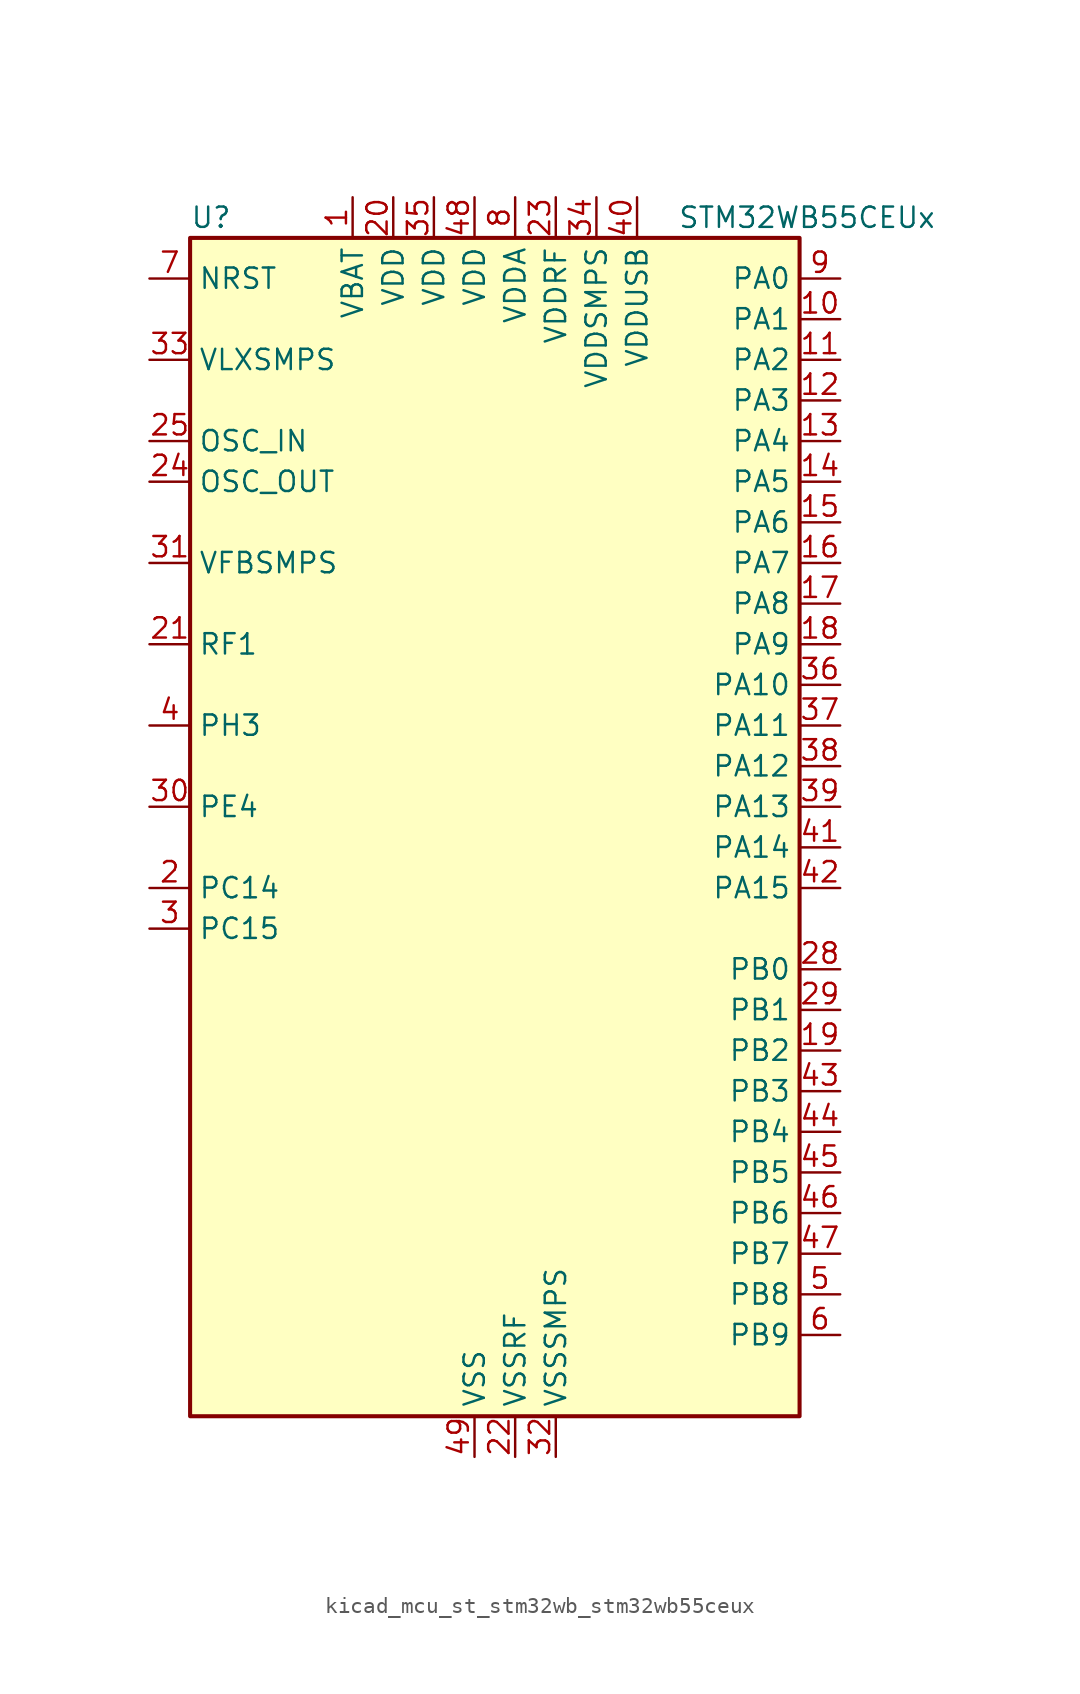
<source format=kicad_sym>
(kicad_symbol_lib
  (version 20220914)
  (generator kicad_symbol_editor)
  (symbol "kicad_mcu_st_stm32wb_stm32wb55ceux"
    (property "Reference" "U"
      (at -17.78 39.37 0)
      (effects (font (size 1.27 1.27)) (justify left)))
    (property "Value" "STM32WB55CEUx"
      (at 12.7 39.37 0)
      (effects (font (size 1.27 1.27)) (justify left)))
    (property "ki_locked" ""
      (at 0 0 0)
      (effects (font (size 1.27 1.27))))
    (symbol "kicad_mcu_st_stm32wb_stm32wb55ceux_0_1"
      (rectangle (start -17.78 -35.56) (end 20.32 38.1) (stroke (width 0.254) (type default)) (fill (type background))))
    (symbol "kicad_mcu_st_stm32wb_stm32wb55ceux_1_1"
      (pin power_in line (at -7.62 40.64 270) (length 2.54) (name "VBAT" (effects (font (size 1.27 1.27)))) (number "1" (effects (font (size 1.27 1.27)))))
      (pin bidirectional line (at 22.86 33.02 180) (length 2.54) (name "PA1" (effects (font (size 1.27 1.27)))) (number "10" (effects (font (size 1.27 1.27)))) (alternate "ADC1_IN6" bidirectional line) (alternate "COMP1_INP" bidirectional line) (alternate "I2C1_SMBA" bidirectional line) (alternate "LCD_SEG0" bidirectional line) (alternate "SPI1_SCK" bidirectional line) (alternate "TIM2_CH2" bidirectional line))
      (pin bidirectional line (at 22.86 30.48 180) (length 2.54) (name "PA2" (effects (font (size 1.27 1.27)))) (number "11" (effects (font (size 1.27 1.27)))) (alternate "ADC1_IN7" bidirectional line) (alternate "COMP2_INM" bidirectional line) (alternate "COMP2_OUT" bidirectional line) (alternate "LCD_SEG1" bidirectional line) (alternate "LPUART1_TX" bidirectional line) (alternate "QUADSPI_BK1_NCS" bidirectional line) (alternate "RCC_LSCO" bidirectional line) (alternate "SYS_WKUP4" bidirectional line) (alternate "TIM2_CH3" bidirectional line))
      (pin bidirectional line (at 22.86 27.94 180) (length 2.54) (name "PA3" (effects (font (size 1.27 1.27)))) (number "12" (effects (font (size 1.27 1.27)))) (alternate "ADC1_IN8" bidirectional line) (alternate "COMP2_INP" bidirectional line) (alternate "LCD_SEG2" bidirectional line) (alternate "LPUART1_RX" bidirectional line) (alternate "QUADSPI_CLK" bidirectional line) (alternate "SAI1_CK1" bidirectional line) (alternate "SAI1_MCLK_A" bidirectional line) (alternate "TIM2_CH4" bidirectional line))
      (pin bidirectional line (at 22.86 25.4 180) (length 2.54) (name "PA4" (effects (font (size 1.27 1.27)))) (number "13" (effects (font (size 1.27 1.27)))) (alternate "ADC1_IN9" bidirectional line) (alternate "COMP1_INM" bidirectional line) (alternate "COMP2_INM" bidirectional line) (alternate "LCD_SEG5" bidirectional line) (alternate "LPTIM2_OUT" bidirectional line) (alternate "SAI1_FS_B" bidirectional line) (alternate "SPI1_NSS" bidirectional line))
      (pin bidirectional line (at 22.86 22.86 180) (length 2.54) (name "PA5" (effects (font (size 1.27 1.27)))) (number "14" (effects (font (size 1.27 1.27)))) (alternate "ADC1_IN10" bidirectional line) (alternate "COMP1_INM" bidirectional line) (alternate "COMP2_INM" bidirectional line) (alternate "LPTIM2_ETR" bidirectional line) (alternate "SAI1_SD_B" bidirectional line) (alternate "SPI1_SCK" bidirectional line) (alternate "TIM2_CH1" bidirectional line) (alternate "TIM2_ETR" bidirectional line))
      (pin bidirectional line (at 22.86 20.32 180) (length 2.54) (name "PA6" (effects (font (size 1.27 1.27)))) (number "15" (effects (font (size 1.27 1.27)))) (alternate "ADC1_IN11" bidirectional line) (alternate "LCD_SEG3" bidirectional line) (alternate "LPUART1_CTS" bidirectional line) (alternate "QUADSPI_BK1_IO3" bidirectional line) (alternate "SPI1_MISO" bidirectional line) (alternate "TIM16_CH1" bidirectional line) (alternate "TIM1_BKIN" bidirectional line))
      (pin bidirectional line (at 22.86 17.78 180) (length 2.54) (name "PA7" (effects (font (size 1.27 1.27)))) (number "16" (effects (font (size 1.27 1.27)))) (alternate "ADC1_IN12" bidirectional line) (alternate "COMP2_OUT" bidirectional line) (alternate "I2C3_SCL" bidirectional line) (alternate "LCD_SEG4" bidirectional line) (alternate "QUADSPI_BK1_IO2" bidirectional line) (alternate "SPI1_MOSI" bidirectional line) (alternate "TIM17_CH1" bidirectional line) (alternate "TIM1_CH1N" bidirectional line))
      (pin bidirectional line (at 22.86 15.24 180) (length 2.54) (name "PA8" (effects (font (size 1.27 1.27)))) (number "17" (effects (font (size 1.27 1.27)))) (alternate "ADC1_IN15" bidirectional line) (alternate "LCD_COM0" bidirectional line) (alternate "LPTIM2_OUT" bidirectional line) (alternate "RCC_MCO" bidirectional line) (alternate "SAI1_CK2" bidirectional line) (alternate "SAI1_SCK_A" bidirectional line) (alternate "TIM1_CH1" bidirectional line) (alternate "USART1_CK" bidirectional line))
      (pin bidirectional line (at 22.86 12.7 180) (length 2.54) (name "PA9" (effects (font (size 1.27 1.27)))) (number "18" (effects (font (size 1.27 1.27)))) (alternate "ADC1_IN16" bidirectional line) (alternate "COMP1_INM" bidirectional line) (alternate "I2C1_SCL" bidirectional line) (alternate "LCD_COM1" bidirectional line) (alternate "SAI1_D2" bidirectional line) (alternate "SAI1_FS_A" bidirectional line) (alternate "TIM1_CH2" bidirectional line) (alternate "USART1_TX" bidirectional line))
      (pin bidirectional line (at 22.86 -12.7 180) (length 2.54) (name "PB2" (effects (font (size 1.27 1.27)))) (number "19" (effects (font (size 1.27 1.27)))) (alternate "COMP1_INP" bidirectional line) (alternate "I2C3_SMBA" bidirectional line) (alternate "LCD_VLCD" bidirectional line) (alternate "LPTIM1_OUT" bidirectional line) (alternate "RTC_OUT2" bidirectional line) (alternate "SAI1_EXTCLK" bidirectional line) (alternate "SPI1_NSS" bidirectional line))
      (pin bidirectional line (at -20.32 -2.54 0) (length 2.54) (name "PC14" (effects (font (size 1.27 1.27)))) (number "2" (effects (font (size 1.27 1.27)))) (alternate "RCC_OSC32_IN" bidirectional line))
      (pin power_in line (at -5.08 40.64 270) (length 2.54) (name "VDD" (effects (font (size 1.27 1.27)))) (number "20" (effects (font (size 1.27 1.27)))))
      (pin bidirectional line (at -20.32 12.7 0) (length 2.54) (name "RF1" (effects (font (size 1.27 1.27)))) (number "21" (effects (font (size 1.27 1.27)))) (alternate "RF_RF1" bidirectional line))
      (pin power_in line (at 2.54 -38.1 90) (length 2.54) (name "VSSRF" (effects (font (size 1.27 1.27)))) (number "22" (effects (font (size 1.27 1.27)))))
      (pin power_in line (at 5.08 40.64 270) (length 2.54) (name "VDDRF" (effects (font (size 1.27 1.27)))) (number "23" (effects (font (size 1.27 1.27)))))
      (pin input line (at -20.32 22.86 0) (length 2.54) (name "OSC_OUT" (effects (font (size 1.27 1.27)))) (number "24" (effects (font (size 1.27 1.27)))) (alternate "RCC_OSC_OUT" bidirectional line))
      (pin input line (at -20.32 25.4 0) (length 2.54) (name "OSC_IN" (effects (font (size 1.27 1.27)))) (number "25" (effects (font (size 1.27 1.27)))) (alternate "RCC_OSC_IN" bidirectional line))
      (pin no_connect line (at -17.78 -35.56 0) (length 2.54) hide (name "AT0" (effects (font (size 1.27 1.27)))) (number "26" (effects (font (size 1.27 1.27)))))
      (pin no_connect line (at -17.78 -33.02 0) (length 2.54) hide (name "AT1" (effects (font (size 1.27 1.27)))) (number "27" (effects (font (size 1.27 1.27)))))
      (pin bidirectional line (at 22.86 -7.62 180) (length 2.54) (name "PB0" (effects (font (size 1.27 1.27)))) (number "28" (effects (font (size 1.27 1.27)))) (alternate "COMP1_OUT" bidirectional line) (alternate "RF_TX_MOD_EXT_PA" bidirectional line))
      (pin bidirectional line (at 22.86 -10.16 180) (length 2.54) (name "PB1" (effects (font (size 1.27 1.27)))) (number "29" (effects (font (size 1.27 1.27)))) (alternate "LPTIM2_IN1" bidirectional line) (alternate "LPUART1_DE" bidirectional line) (alternate "LPUART1_RTS" bidirectional line))
      (pin bidirectional line (at -20.32 -5.08 0) (length 2.54) (name "PC15" (effects (font (size 1.27 1.27)))) (number "3" (effects (font (size 1.27 1.27)))) (alternate "ADC1_EXTI15" bidirectional line) (alternate "RCC_OSC32_OUT" bidirectional line))
      (pin bidirectional line (at -20.32 2.54 0) (length 2.54) (name "PE4" (effects (font (size 1.27 1.27)))) (number "30" (effects (font (size 1.27 1.27)))))
      (pin input line (at -20.32 17.78 0) (length 2.54) (name "VFBSMPS" (effects (font (size 1.27 1.27)))) (number "31" (effects (font (size 1.27 1.27)))))
      (pin power_in line (at 5.08 -38.1 90) (length 2.54) (name "VSSSMPS" (effects (font (size 1.27 1.27)))) (number "32" (effects (font (size 1.27 1.27)))))
      (pin power_in line (at -20.32 30.48 0) (length 2.54) (name "VLXSMPS" (effects (font (size 1.27 1.27)))) (number "33" (effects (font (size 1.27 1.27)))))
      (pin power_in line (at 7.62 40.64 270) (length 2.54) (name "VDDSMPS" (effects (font (size 1.27 1.27)))) (number "34" (effects (font (size 1.27 1.27)))))
      (pin power_in line (at -2.54 40.64 270) (length 2.54) (name "VDD" (effects (font (size 1.27 1.27)))) (number "35" (effects (font (size 1.27 1.27)))))
      (pin bidirectional line (at 22.86 10.16 180) (length 2.54) (name "PA10" (effects (font (size 1.27 1.27)))) (number "36" (effects (font (size 1.27 1.27)))) (alternate "CRS_SYNC" bidirectional line) (alternate "I2C1_SDA" bidirectional line) (alternate "LCD_COM2" bidirectional line) (alternate "SAI1_D1" bidirectional line) (alternate "SAI1_SD_A" bidirectional line) (alternate "TIM17_BKIN" bidirectional line) (alternate "TIM1_CH3" bidirectional line) (alternate "USART1_RX" bidirectional line))
      (pin bidirectional line (at 22.86 7.62 180) (length 2.54) (name "PA11" (effects (font (size 1.27 1.27)))) (number "37" (effects (font (size 1.27 1.27)))) (alternate "ADC1_EXTI11" bidirectional line) (alternate "SPI1_MISO" bidirectional line) (alternate "TIM1_BKIN2" bidirectional line) (alternate "TIM1_CH4" bidirectional line) (alternate "USART1_CTS" bidirectional line) (alternate "USART1_NSS" bidirectional line) (alternate "USB_DM" bidirectional line))
      (pin bidirectional line (at 22.86 5.08 180) (length 2.54) (name "PA12" (effects (font (size 1.27 1.27)))) (number "38" (effects (font (size 1.27 1.27)))) (alternate "LPUART1_RX" bidirectional line) (alternate "SPI1_MOSI" bidirectional line) (alternate "TIM1_ETR" bidirectional line) (alternate "USART1_DE" bidirectional line) (alternate "USART1_RTS" bidirectional line) (alternate "USB_DP" bidirectional line))
      (pin bidirectional line (at 22.86 2.54 180) (length 2.54) (name "PA13" (effects (font (size 1.27 1.27)))) (number "39" (effects (font (size 1.27 1.27)))) (alternate "IR_OUT" bidirectional line) (alternate "SAI1_SD_B" bidirectional line) (alternate "SYS_JTMS-SWDIO" bidirectional line) (alternate "USB_NOE" bidirectional line))
      (pin bidirectional line (at -20.32 7.62 0) (length 2.54) (name "PH3" (effects (font (size 1.27 1.27)))) (number "4" (effects (font (size 1.27 1.27)))) (alternate "RCC_LSCO" bidirectional line))
      (pin power_in line (at 10.16 40.64 270) (length 2.54) (name "VDDUSB" (effects (font (size 1.27 1.27)))) (number "40" (effects (font (size 1.27 1.27)))))
      (pin bidirectional line (at 22.86 0 180) (length 2.54) (name "PA14" (effects (font (size 1.27 1.27)))) (number "41" (effects (font (size 1.27 1.27)))) (alternate "I2C1_SMBA" bidirectional line) (alternate "LCD_SEG5" bidirectional line) (alternate "LPTIM1_OUT" bidirectional line) (alternate "SAI1_FS_B" bidirectional line) (alternate "SYS_JTCK-SWCLK" bidirectional line))
      (pin bidirectional line (at 22.86 -2.54 180) (length 2.54) (name "PA15" (effects (font (size 1.27 1.27)))) (number "42" (effects (font (size 1.27 1.27)))) (alternate "ADC1_EXTI15" bidirectional line) (alternate "LCD_SEG17" bidirectional line) (alternate "RCC_MCO" bidirectional line) (alternate "SPI1_NSS" bidirectional line) (alternate "SYS_JTDI" bidirectional line) (alternate "TIM2_CH1" bidirectional line) (alternate "TIM2_ETR" bidirectional line))
      (pin bidirectional line (at 22.86 -15.24 180) (length 2.54) (name "PB3" (effects (font (size 1.27 1.27)))) (number "43" (effects (font (size 1.27 1.27)))) (alternate "COMP2_INM" bidirectional line) (alternate "LCD_SEG7" bidirectional line) (alternate "SAI1_SCK_B" bidirectional line) (alternate "SPI1_SCK" bidirectional line) (alternate "SYS_JTDO-SWO" bidirectional line) (alternate "TIM2_CH2" bidirectional line) (alternate "USART1_DE" bidirectional line) (alternate "USART1_RTS" bidirectional line))
      (pin bidirectional line (at 22.86 -17.78 180) (length 2.54) (name "PB4" (effects (font (size 1.27 1.27)))) (number "44" (effects (font (size 1.27 1.27)))) (alternate "COMP2_INP" bidirectional line) (alternate "I2C3_SDA" bidirectional line) (alternate "LCD_SEG8" bidirectional line) (alternate "SAI1_MCLK_B" bidirectional line) (alternate "SPI1_MISO" bidirectional line) (alternate "SYS_JTRST" bidirectional line) (alternate "TIM17_BKIN" bidirectional line) (alternate "USART1_CTS" bidirectional line) (alternate "USART1_NSS" bidirectional line))
      (pin bidirectional line (at 22.86 -20.32 180) (length 2.54) (name "PB5" (effects (font (size 1.27 1.27)))) (number "45" (effects (font (size 1.27 1.27)))) (alternate "COMP2_OUT" bidirectional line) (alternate "I2C1_SMBA" bidirectional line) (alternate "LCD_SEG9" bidirectional line) (alternate "LPTIM1_IN1" bidirectional line) (alternate "LPUART1_TX" bidirectional line) (alternate "SAI1_SD_B" bidirectional line) (alternate "SPI1_MOSI" bidirectional line) (alternate "TIM16_BKIN" bidirectional line) (alternate "USART1_CK" bidirectional line))
      (pin bidirectional line (at 22.86 -22.86 180) (length 2.54) (name "PB6" (effects (font (size 1.27 1.27)))) (number "46" (effects (font (size 1.27 1.27)))) (alternate "COMP2_INP" bidirectional line) (alternate "I2C1_SCL" bidirectional line) (alternate "LCD_SEG6" bidirectional line) (alternate "LPTIM1_ETR" bidirectional line) (alternate "RCC_MCO" bidirectional line) (alternate "SAI1_FS_B" bidirectional line) (alternate "TIM16_CH1N" bidirectional line) (alternate "USART1_TX" bidirectional line))
      (pin bidirectional line (at 22.86 -25.4 180) (length 2.54) (name "PB7" (effects (font (size 1.27 1.27)))) (number "47" (effects (font (size 1.27 1.27)))) (alternate "COMP2_INM" bidirectional line) (alternate "I2C1_SDA" bidirectional line) (alternate "LCD_SEG21" bidirectional line) (alternate "LPTIM1_IN2" bidirectional line) (alternate "SYS_PVD_IN" bidirectional line) (alternate "TIM17_CH1N" bidirectional line) (alternate "TIM1_BKIN" bidirectional line) (alternate "USART1_RX" bidirectional line))
      (pin power_in line (at 0 40.64 270) (length 2.54) (name "VDD" (effects (font (size 1.27 1.27)))) (number "48" (effects (font (size 1.27 1.27)))))
      (pin power_in line (at 0 -38.1 90) (length 2.54) (name "VSS" (effects (font (size 1.27 1.27)))) (number "49" (effects (font (size 1.27 1.27)))))
      (pin bidirectional line (at 22.86 -27.94 180) (length 2.54) (name "PB8" (effects (font (size 1.27 1.27)))) (number "5" (effects (font (size 1.27 1.27)))) (alternate "I2C1_SCL" bidirectional line) (alternate "LCD_SEG16" bidirectional line) (alternate "QUADSPI_BK1_IO1" bidirectional line) (alternate "SAI1_CK1" bidirectional line) (alternate "SAI1_MCLK_A" bidirectional line) (alternate "TIM16_CH1" bidirectional line) (alternate "TIM1_CH2N" bidirectional line))
      (pin bidirectional line (at 22.86 -30.48 180) (length 2.54) (name "PB9" (effects (font (size 1.27 1.27)))) (number "6" (effects (font (size 1.27 1.27)))) (alternate "I2C1_SDA" bidirectional line) (alternate "IR_OUT" bidirectional line) (alternate "LCD_COM3" bidirectional line) (alternate "QUADSPI_BK1_IO0" bidirectional line) (alternate "SAI1_D2" bidirectional line) (alternate "SAI1_FS_A" bidirectional line) (alternate "TIM17_CH1" bidirectional line) (alternate "TIM1_CH3N" bidirectional line))
      (pin input line (at -20.32 35.56 0) (length 2.54) (name "NRST" (effects (font (size 1.27 1.27)))) (number "7" (effects (font (size 1.27 1.27)))))
      (pin power_in line (at 2.54 40.64 270) (length 2.54) (name "VDDA" (effects (font (size 1.27 1.27)))) (number "8" (effects (font (size 1.27 1.27)))))
      (pin bidirectional line (at 22.86 35.56 180) (length 2.54) (name "PA0" (effects (font (size 1.27 1.27)))) (number "9" (effects (font (size 1.27 1.27)))) (alternate "ADC1_IN5" bidirectional line) (alternate "COMP1_INM" bidirectional line) (alternate "COMP1_OUT" bidirectional line) (alternate "RTC_TAMP2" bidirectional line) (alternate "SAI1_EXTCLK" bidirectional line) (alternate "SYS_WKUP1" bidirectional line) (alternate "TIM2_CH1" bidirectional line) (alternate "TIM2_ETR" bidirectional line)))))
</source>
